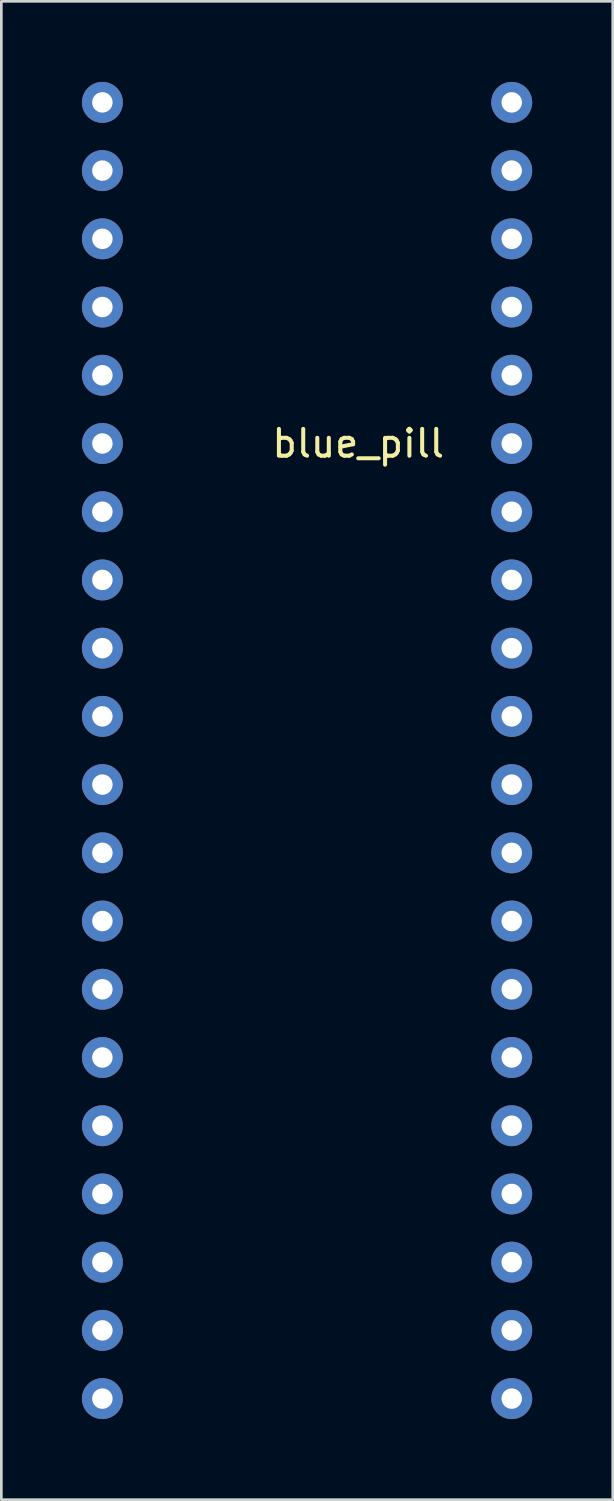
<source format=kicad_pcb>
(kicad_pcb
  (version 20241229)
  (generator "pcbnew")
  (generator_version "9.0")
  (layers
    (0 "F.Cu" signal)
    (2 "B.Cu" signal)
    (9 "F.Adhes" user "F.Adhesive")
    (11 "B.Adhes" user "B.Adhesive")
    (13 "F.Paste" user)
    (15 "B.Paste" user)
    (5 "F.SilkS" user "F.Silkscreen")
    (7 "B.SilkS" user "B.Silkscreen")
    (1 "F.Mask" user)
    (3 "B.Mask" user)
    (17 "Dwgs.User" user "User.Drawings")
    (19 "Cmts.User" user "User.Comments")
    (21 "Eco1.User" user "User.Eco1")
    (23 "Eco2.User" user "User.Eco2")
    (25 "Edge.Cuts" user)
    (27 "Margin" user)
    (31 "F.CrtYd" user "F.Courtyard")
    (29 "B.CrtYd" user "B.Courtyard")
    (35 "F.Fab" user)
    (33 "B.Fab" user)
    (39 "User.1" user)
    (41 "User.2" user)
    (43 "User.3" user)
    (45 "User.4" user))
  (footprint "blue_pill"
    (layer "F.Cu")
    (at 10.287 21.717)
    (property "Reference" "blue_pill" (at 0 -8.255 0) (layer "F.SilkS") (effects (font (size 1 1) (thickness 0.15))))
    (attr through_hole)
    (pad "" connect circle (at 2.54 24.765) (size 1.524 1.524) (layers "F.Mask"))
    (pad "" connect circle (at 2.54 27.305) (size 1.524 1.524) (layers "F.Mask"))
    (pad "3V3" thru_hole circle (at -9.525 27.305) (size 1.524 1.524) (drill 0.762) (layers "*.Cu" "*.Mask"))
    (pad "3V3" thru_hole circle (at 5.715 -15.875) (size 1.524 1.524) (drill 0.762) (layers "*.Cu" "*.Mask"))
    (pad "5V" thru_hole circle (at -9.525 22.225) (size 1.524 1.524) (drill 0.762) (layers "*.Cu" "*.Mask"))
    (pad "G" thru_hole circle (at -9.525 24.765) (size 1.524 1.524) (drill 0.762) (layers "*.Cu" "*.Mask"))
    (pad "G" thru_hole circle (at 5.715 -20.955) (size 1.524 1.524) (drill 0.762) (layers "*.Cu" "*.Mask"))
    (pad "G" thru_hole circle (at 5.715 -18.415) (size 1.524 1.524) (drill 0.762) (layers "*.Cu" "*.Mask"))
    (pad "NRST" thru_hole circle (at 5.715 -13.335) (size 1.524 1.524) (drill 0.762) (layers "*.Cu" "*.Mask"))
    (pad "PA0" thru_hole circle (at 5.715 17.145) (size 1.524 1.524) (drill 0.762) (layers "*.Cu" "*.Mask"))
    (pad "PA1" thru_hole circle (at 5.715 14.605) (size 1.524 1.524) (drill 0.762) (layers "*.Cu" "*.Mask"))
    (pad "PA2" thru_hole circle (at 5.715 12.065) (size 1.524 1.524) (drill 0.762) (layers "*.Cu" "*.Mask"))
    (pad "PA3" thru_hole circle (at 5.715 9.525) (size 1.524 1.524) (drill 0.762) (layers "*.Cu" "*.Mask"))
    (pad "PA4" thru_hole circle (at 5.715 6.985) (size 1.524 1.524) (drill 0.762) (layers "*.Cu" "*.Mask"))
    (pad "PA5" thru_hole circle (at 5.715 4.445) (size 1.524 1.524) (drill 0.762) (layers "*.Cu" "*.Mask"))
    (pad "PA6" thru_hole circle (at 5.715 1.905) (size 1.524 1.524) (drill 0.762) (layers "*.Cu" "*.Mask"))
    (pad "PA7" thru_hole circle (at 5.715 -0.635) (size 1.524 1.524) (drill 0.762) (layers "*.Cu" "*.Mask"))
    (pad "PA8" thru_hole circle (at -9.525 -10.795) (size 1.524 1.524) (drill 0.762) (layers "*.Cu" "*.Mask"))
    (pad "PA9" thru_hole circle (at -9.525 -8.255) (size 1.524 1.524) (drill 0.762) (layers "*.Cu" "*.Mask"))
    (pad "PA10" thru_hole circle (at -9.525 -5.715) (size 1.524 1.524) (drill 0.762) (layers "*.Cu" "*.Mask"))
    (pad "PA11" thru_hole circle (at -9.525 -3.175) (size 1.524 1.524) (drill 0.762) (layers "*.Cu" "*.Mask"))
    (pad "PA12" thru_hole circle (at -9.525 -0.635) (size 1.524 1.524) (drill 0.762) (layers "*.Cu" "*.Mask"))
    (pad "PA15" thru_hole circle (at -9.525 1.905) (size 1.524 1.524) (drill 0.762) (layers "*.Cu" "*.Mask"))
    (pad "PB0" thru_hole circle (at 5.715 -3.175) (size 1.524 1.524) (drill 0.762) (layers "*.Cu" "*.Mask"))
    (pad "PB1" thru_hole circle (at 5.715 -5.715) (size 1.524 1.524) (drill 0.762) (layers "*.Cu" "*.Mask"))
    (pad "PB3" thru_hole circle (at -9.525 4.445) (size 1.524 1.524) (drill 0.762) (layers "*.Cu" "*.Mask"))
    (pad "PB4" thru_hole circle (at -9.525 6.985) (size 1.524 1.524) (drill 0.762) (layers "*.Cu" "*.Mask"))
    (pad "PB5" thru_hole circle (at -9.525 9.525) (size 1.524 1.524) (drill 0.762) (layers "*.Cu" "*.Mask"))
    (pad "PB6" thru_hole circle (at -9.525 12.065) (size 1.524 1.524) (drill 0.762) (layers "*.Cu" "*.Mask"))
    (pad "PB7" thru_hole circle (at -9.525 14.605) (size 1.524 1.524) (drill 0.762) (layers "*.Cu" "*.Mask"))
    (pad "PB8" thru_hole circle (at -9.525 17.145) (size 1.524 1.524) (drill 0.762) (layers "*.Cu" "*.Mask"))
    (pad "PB9" thru_hole circle (at -9.525 19.685) (size 1.524 1.524) (drill 0.762) (layers "*.Cu" "*.Mask"))
    (pad "PB10" thru_hole circle (at 5.715 -8.255) (size 1.524 1.524) (drill 0.762) (layers "*.Cu" "*.Mask"))
    (pad "PB11" thru_hole circle (at 5.715 -10.795) (size 1.524 1.524) (drill 0.762) (layers "*.Cu" "*.Mask"))
    (pad "PB12" thru_hole circle (at -9.525 -20.955) (size 1.524 1.524) (drill 0.762) (layers "*.Cu" "*.Mask"))
    (pad "PB13" thru_hole circle (at -9.525 -18.415) (size 1.524 1.524) (drill 0.762) (layers "*.Cu" "*.Mask"))
    (pad "PB14" thru_hole circle (at -9.525 -15.875) (size 1.524 1.524) (drill 0.762) (layers "*.Cu" "*.Mask"))
    (pad "PB15" thru_hole circle (at -9.525 -13.335) (size 1.524 1.524) (drill 0.762) (layers "*.Cu" "*.Mask"))
    (pad "PC13" thru_hole circle (at 5.715 24.765) (size 1.524 1.524) (drill 0.762) (layers "*.Cu" "*.Mask"))
    (pad "PC14" thru_hole circle (at 5.715 22.225) (size 1.524 1.524) (drill 0.762) (layers "*.Cu" "*.Mask"))
    (pad "PC15" thru_hole circle (at 5.715 19.685) (size 1.524 1.524) (drill 0.762) (layers "*.Cu" "*.Mask"))
    (pad "VBAT" thru_hole circle (at 5.715 27.305) (size 1.524 1.524) (drill 0.762) (layers "*.Cu" "*.Mask")))
  (gr_rect
    (start -3 -3)
    (end 19.764 52.784)
    (stroke (width 0.1) (type default))
    (fill no)
    (layer "Edge.Cuts")))
</source>
